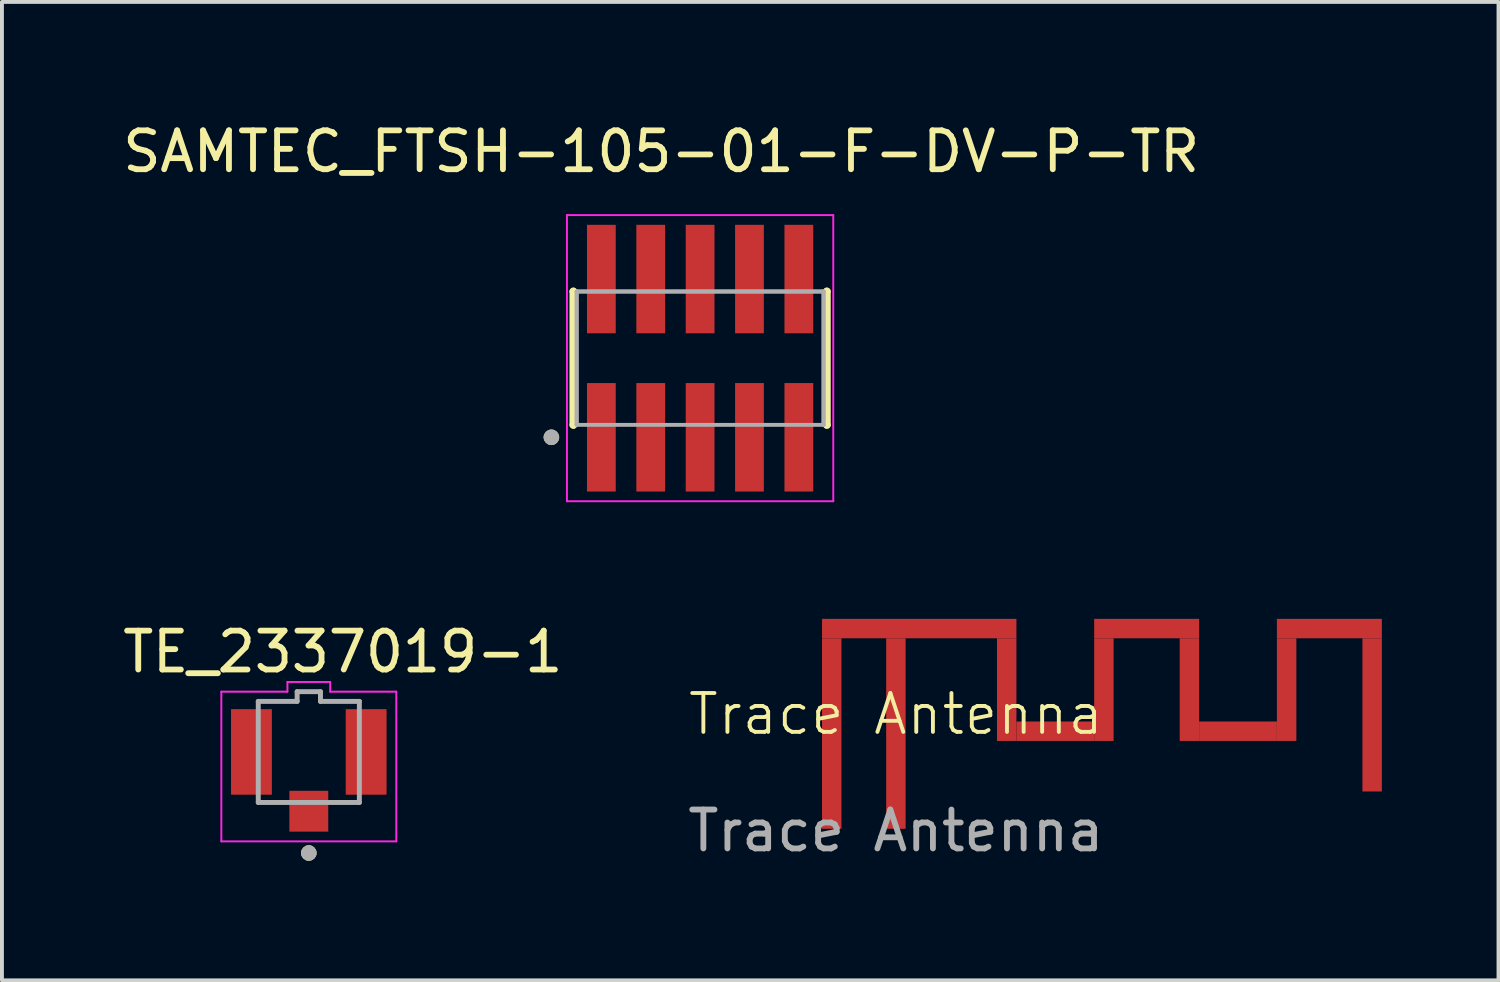
<source format=kicad_pcb>
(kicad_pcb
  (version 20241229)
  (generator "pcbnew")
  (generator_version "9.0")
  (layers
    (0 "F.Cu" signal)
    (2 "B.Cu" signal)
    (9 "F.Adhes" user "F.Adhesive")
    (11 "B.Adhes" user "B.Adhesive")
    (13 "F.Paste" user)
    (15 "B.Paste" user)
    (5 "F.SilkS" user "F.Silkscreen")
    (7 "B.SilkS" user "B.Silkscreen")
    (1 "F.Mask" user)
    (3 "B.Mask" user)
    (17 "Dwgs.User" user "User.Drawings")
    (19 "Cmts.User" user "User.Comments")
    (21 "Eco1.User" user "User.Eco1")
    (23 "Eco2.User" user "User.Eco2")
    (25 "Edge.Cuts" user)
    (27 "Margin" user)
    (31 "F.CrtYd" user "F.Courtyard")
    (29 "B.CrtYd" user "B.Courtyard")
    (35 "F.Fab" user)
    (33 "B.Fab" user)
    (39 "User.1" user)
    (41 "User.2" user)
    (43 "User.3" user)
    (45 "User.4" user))
  (footprint "TE_2337019-1"
    (layer "F.Cu")
    (at 4.893 16.291)
    (property "Reference" "TE_2337019-1" (at 0.875 -2.575 0) (layer "F.SilkS") (effects (font (size 1 1) (thickness 0.15))))
    (attr smd)
    (fp_circle (center 0 2.6) (end 0.1 2.6) (stroke (width 0.2) (type solid)) (fill no) (layer "F.SilkS"))
    (fp_line (start -2.25 -1.55) (end -2.25 2.3) (stroke (width 0.05) (type solid)) (layer "F.CrtYd"))
    (fp_line (start -2.25 2.3) (end 2.25 2.3) (stroke (width 0.05) (type solid)) (layer "F.CrtYd"))
    (fp_line (start -0.55 -1.8) (end 0.55 -1.8) (stroke (width 0.05) (type solid)) (layer "F.CrtYd"))
    (fp_line (start -0.55 -1.55) (end -2.25 -1.55) (stroke (width 0.05) (type solid)) (layer "F.CrtYd"))
    (fp_line (start -0.55 -1.55) (end -0.55 -1.8) (stroke (width 0.05) (type solid)) (layer "F.CrtYd"))
    (fp_line (start 0.55 -1.8) (end 0.55 -1.55) (stroke (width 0.05) (type solid)) (layer "F.CrtYd"))
    (fp_line (start 2.25 -1.55) (end 0.55 -1.55) (stroke (width 0.05) (type solid)) (layer "F.CrtYd"))
    (fp_line (start 2.25 2.3) (end 2.25 -1.55) (stroke (width 0.05) (type solid)) (layer "F.CrtYd"))
    (fp_line (start -1.3 -1.3) (end -1.3 1.3) (stroke (width 0.127) (type solid)) (layer "F.Fab"))
    (fp_line (start -1.3 1.3) (end 1.3 1.3) (stroke (width 0.127) (type solid)) (layer "F.Fab"))
    (fp_line (start -0.3 -1.55) (end 0.3 -1.55) (stroke (width 0.127) (type solid)) (layer "F.Fab"))
    (fp_line (start -0.3 -1.3) (end -1.3 -1.3) (stroke (width 0.127) (type solid)) (layer "F.Fab"))
    (fp_line (start -0.3 -1.3) (end -0.3 -1.55) (stroke (width 0.127) (type solid)) (layer "F.Fab"))
    (fp_line (start 0.3 -1.55) (end 0.3 -1.3) (stroke (width 0.127) (type solid)) (layer "F.Fab"))
    (fp_line (start 1.3 -1.3) (end 0.3 -1.3) (stroke (width 0.127) (type solid)) (layer "F.Fab"))
    (fp_line (start 1.3 1.3) (end 1.3 -1.3) (stroke (width 0.127) (type solid)) (layer "F.Fab"))
    (fp_circle (center 0 2.6) (end 0.1 2.6) (stroke (width 0.2) (type solid)) (fill no) (layer "F.Fab"))
    (pad "1" smd rect (at 0 1.525) (size 1 1.05) (layers "F.Cu" "F.Mask" "F.Paste"))
    (pad "G1" smd rect (at -1.475 0) (size 1.05 2.2) (layers "F.Cu" "F.Mask" "F.Paste"))
    (pad "G2" smd rect (at 1.475 0) (size 1.05 2.2) (layers "F.Cu" "F.Mask" "F.Paste"))
    (zone (net_name "") (layer "F.Cu") (hatch full 0.508) (connect_pads) (min_thickness 0.01) (filled_areas_thickness no) (keepout (tracks not_allowed) (vias not_allowed) (pads not_allowed) (copperpour not_allowed) (footprints allowed)) (placement (enabled no)) (fill) (polygon (pts (xy 4.018 15.191) (xy 5.768 15.191) (xy 5.768 17.192) (xy 4.018 17.192))))
    (zone (net_name "") (layers "F.Cu" "B.Cu") (hatch full 0.508) (connect_pads) (min_thickness 0.01) (filled_areas_thickness no) (keepout (tracks allowed) (vias not_allowed) (pads allowed) (copperpour allowed) (footprints allowed)) (placement (enabled no)) (fill) (polygon (pts (xy 4.018 15.191) (xy 5.768 15.191) (xy 5.768 17.192) (xy 4.018 17.192)))))
  (footprint "SAMTEC_FTSH-105-01-F-DV-P-TR"
    (layer "F.Cu")
    (at 14.958 6.163)
    (property "Reference" "SAMTEC_FTSH-105-01-F-DV-P-TR" (at -1 -5.315 0) (layer "F.SilkS") (effects (font (size 1 1) (thickness 0.15))))
    (attr smd)
    (fp_line (start -3.26 -1.715) (end -3.26 -1.715) (stroke (width 0.2) (type solid)) (layer "F.SilkS"))
    (fp_line (start -3.26 1.715) (end -3.26 -1.715) (stroke (width 0.2) (type solid)) (layer "F.SilkS"))
    (fp_line (start -3.26 1.715) (end -3.26 1.715) (stroke (width 0.2) (type solid)) (layer "F.SilkS"))
    (fp_line (start 3.26 -1.715) (end 3.26 -1.715) (stroke (width 0.2) (type solid)) (layer "F.SilkS"))
    (fp_line (start 3.26 -1.715) (end 3.26 1.715) (stroke (width 0.2) (type solid)) (layer "F.SilkS"))
    (fp_line (start 3.26 1.715) (end 3.26 1.715) (stroke (width 0.2) (type solid)) (layer "F.SilkS"))
    (fp_circle (center -3.825 2.035) (end -3.725 2.035) (stroke (width 0.2) (type solid)) (fill no) (layer "F.SilkS"))
    (fp_line (start -3.425 -3.68) (end 3.425 -3.68) (stroke (width 0.05) (type solid)) (layer "F.CrtYd"))
    (fp_line (start -3.425 3.68) (end -3.425 -3.68) (stroke (width 0.05) (type solid)) (layer "F.CrtYd"))
    (fp_line (start 3.425 -3.68) (end 3.425 3.68) (stroke (width 0.05) (type solid)) (layer "F.CrtYd"))
    (fp_line (start 3.425 3.68) (end -3.425 3.68) (stroke (width 0.05) (type solid)) (layer "F.CrtYd"))
    (fp_line (start -3.175 -1.715) (end 3.175 -1.715) (stroke (width 0.1) (type solid)) (layer "F.Fab"))
    (fp_line (start -3.175 -1.715) (end 3.175 -1.715) (stroke (width 0.1) (type solid)) (layer "F.Fab"))
    (fp_line (start -3.175 1.715) (end -3.175 -1.715) (stroke (width 0.1) (type solid)) (layer "F.Fab"))
    (fp_line (start -3.175 1.715) (end -3.175 -1.715) (stroke (width 0.1) (type solid)) (layer "F.Fab"))
    (fp_line (start 3.175 -1.715) (end 3.175 1.715) (stroke (width 0.1) (type solid)) (layer "F.Fab"))
    (fp_line (start 3.175 -1.715) (end 3.175 1.715) (stroke (width 0.1) (type solid)) (layer "F.Fab"))
    (fp_line (start 3.175 1.715) (end -3.175 1.715) (stroke (width 0.1) (type solid)) (layer "F.Fab"))
    (fp_circle (center -3.825 2.035) (end -3.725 2.035) (stroke (width 0.2) (type solid)) (fill no) (layer "F.Fab"))
    (pad "01" smd rect (at -2.54 2.035) (size 0.74 2.79) (layers "F.Cu" "F.Mask" "F.Paste"))
    (pad "02" smd rect (at -2.54 -2.035) (size 0.74 2.79) (layers "F.Cu" "F.Mask" "F.Paste"))
    (pad "03" smd rect (at -1.27 2.035) (size 0.74 2.79) (layers "F.Cu" "F.Mask" "F.Paste"))
    (pad "04" smd rect (at -1.27 -2.035) (size 0.74 2.79) (layers "F.Cu" "F.Mask" "F.Paste"))
    (pad "05" smd rect (at 0 2.035) (size 0.74 2.79) (layers "F.Cu" "F.Mask" "F.Paste"))
    (pad "06" smd rect (at 0 -2.035) (size 0.74 2.79) (layers "F.Cu" "F.Mask" "F.Paste"))
    (pad "07" smd rect (at 1.27 2.035) (size 0.74 2.79) (layers "F.Cu" "F.Mask" "F.Paste"))
    (pad "08" smd rect (at 1.27 -2.035) (size 0.74 2.79) (layers "F.Cu" "F.Mask" "F.Paste"))
    (pad "09" smd rect (at 2.54 2.035) (size 0.74 2.79) (layers "F.Cu" "F.Mask" "F.Paste"))
    (pad "10" smd rect (at 2.54 -2.035) (size 0.74 2.79) (layers "F.Cu" "F.Mask" "F.Paste")))
  (footprint "Trace Antenna"
    (layer "F.Cu")
    (at 19.994 15.818)
    (property "Reference" "Trace Antenna" (at 0 -0.5 0) (unlocked yes) (layer "F.SilkS") (effects (font (size 1 1) (thickness 0.1))))
    (fp_text user "${REFERENCE}" (at 0 2.5 0) (unlocked yes) (layer "F.Fab") (effects (font (size 1 1) (thickness 0.15))))
    (pad "1" smd rect (at -1.65 0) (size 0.5 4.9) (layers "F.Cu" "F.Paste"))
    (pad "1" smd rect (at 0 0) (size 0.5 4.9) (layers "F.Cu" "F.Paste"))
    (pad "1" smd rect (at 0.6 -2.7) (size 5 0.5) (layers "F.Cu" "F.Paste"))
    (pad "1" smd rect (at 2.85 -1.13) (size 0.5 2.64) (layers "F.Cu" "F.Paste"))
    (pad "1" smd rect (at 4.1 -0.06) (size 2 0.5) (layers "F.Cu" "F.Paste"))
    (pad "1" smd rect (at 5.35 -1.13) (size 0.5 2.64) (layers "F.Cu" "F.Paste"))
    (pad "1" smd rect (at 6.45 -2.7) (size 2.7 0.5) (layers "F.Cu" "F.Paste"))
    (pad "1" smd rect (at 7.55 -1.13) (size 0.5 2.64) (layers "F.Cu" "F.Paste"))
    (pad "1" smd rect (at 8.8 -0.06) (size 2 0.5) (layers "F.Cu" "F.Paste"))
    (pad "1" smd rect (at 10.05 -1.13) (size 0.5 2.64) (layers "F.Cu" "F.Paste"))
    (pad "1" smd rect (at 11.15 -2.7) (size 2.7 0.5) (layers "F.Cu" "F.Paste"))
    (pad "1" smd rect (at 12.25 -0.48) (size 0.5 3.94) (layers "F.Cu" "F.Paste")))
  (gr_rect
    (start -3 -3)
    (end 35.494 22.166)
    (stroke (width 0.1) (type default))
    (fill no)
    (layer "Edge.Cuts")))
</source>
